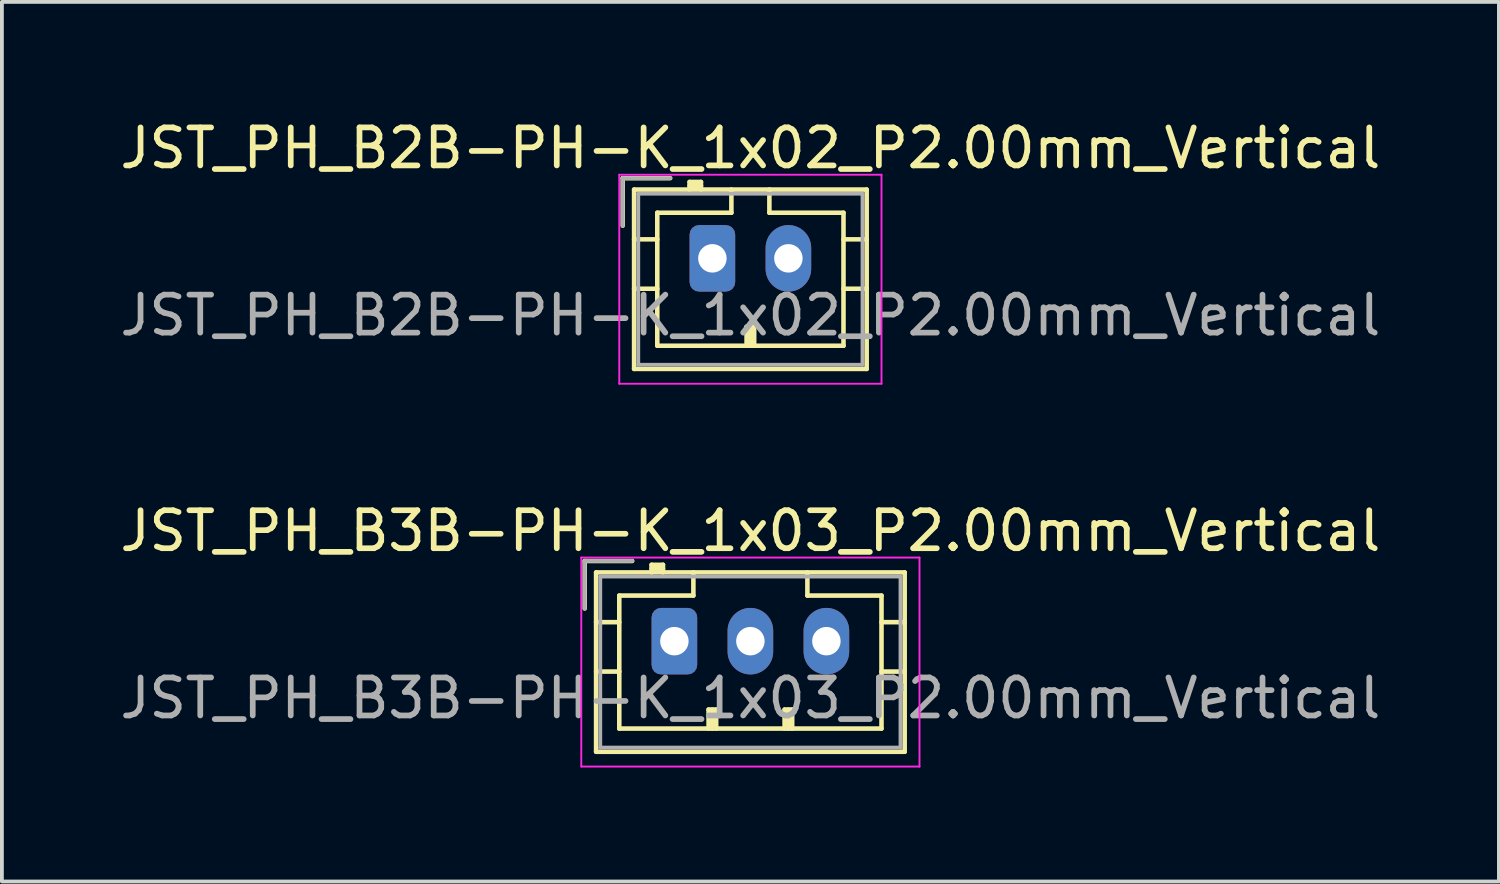
<source format=kicad_pcb>
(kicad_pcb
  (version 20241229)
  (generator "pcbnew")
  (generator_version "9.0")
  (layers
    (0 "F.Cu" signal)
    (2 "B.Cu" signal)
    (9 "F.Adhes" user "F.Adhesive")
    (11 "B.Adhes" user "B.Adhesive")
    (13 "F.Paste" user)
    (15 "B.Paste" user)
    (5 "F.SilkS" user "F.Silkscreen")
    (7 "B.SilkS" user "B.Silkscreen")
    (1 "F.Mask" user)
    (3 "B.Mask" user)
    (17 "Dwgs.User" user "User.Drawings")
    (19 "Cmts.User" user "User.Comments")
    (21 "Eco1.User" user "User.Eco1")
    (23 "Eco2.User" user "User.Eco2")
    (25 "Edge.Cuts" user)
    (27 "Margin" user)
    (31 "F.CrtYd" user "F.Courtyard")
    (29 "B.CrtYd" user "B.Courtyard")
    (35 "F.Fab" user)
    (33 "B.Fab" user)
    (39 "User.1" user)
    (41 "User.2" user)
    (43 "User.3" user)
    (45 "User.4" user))
  (footprint "JST_PH_B3B-PH-K_1x03_P2.00mm_Vertical"
    (layer "F.Cu")
    (at 14.696 13.822)
    (property "Reference" "JST_PH_B3B-PH-K_1x03_P2.00mm_Vertical" (at 2 -2.9 0) (layer "F.SilkS") (effects (font (size 1 1) (thickness 0.15))))
    (attr through_hole)
    (fp_line (start -2.36 -2.11) (end -2.36 -0.86) (stroke (width 0.12) (type solid)) (layer "F.SilkS"))
    (fp_line (start -2.06 -1.81) (end -2.06 2.91) (stroke (width 0.12) (type solid)) (layer "F.SilkS"))
    (fp_line (start -2.06 -0.5) (end -1.45 -0.5) (stroke (width 0.12) (type solid)) (layer "F.SilkS"))
    (fp_line (start -2.06 0.8) (end -1.45 0.8) (stroke (width 0.12) (type solid)) (layer "F.SilkS"))
    (fp_line (start -2.06 2.91) (end 6.06 2.91) (stroke (width 0.12) (type solid)) (layer "F.SilkS"))
    (fp_line (start -1.45 -1.2) (end -1.45 2.3) (stroke (width 0.12) (type solid)) (layer "F.SilkS"))
    (fp_line (start -1.45 2.3) (end 5.45 2.3) (stroke (width 0.12) (type solid)) (layer "F.SilkS"))
    (fp_line (start -1.11 -2.11) (end -2.36 -2.11) (stroke (width 0.12) (type solid)) (layer "F.SilkS"))
    (fp_line (start -0.6 -2.01) (end -0.6 -1.81) (stroke (width 0.12) (type solid)) (layer "F.SilkS"))
    (fp_line (start -0.3 -2.01) (end -0.6 -2.01) (stroke (width 0.12) (type solid)) (layer "F.SilkS"))
    (fp_line (start -0.3 -1.91) (end -0.6 -1.91) (stroke (width 0.12) (type solid)) (layer "F.SilkS"))
    (fp_line (start -0.3 -1.81) (end -0.3 -2.01) (stroke (width 0.12) (type solid)) (layer "F.SilkS"))
    (fp_line (start 0.5 -1.81) (end 0.5 -1.2) (stroke (width 0.12) (type solid)) (layer "F.SilkS"))
    (fp_line (start 0.5 -1.2) (end -1.45 -1.2) (stroke (width 0.12) (type solid)) (layer "F.SilkS"))
    (fp_line (start 0.9 1.8) (end 1.1 1.8) (stroke (width 0.12) (type solid)) (layer "F.SilkS"))
    (fp_line (start 0.9 2.3) (end 0.9 1.8) (stroke (width 0.12) (type solid)) (layer "F.SilkS"))
    (fp_line (start 1 2.3) (end 1 1.8) (stroke (width 0.12) (type solid)) (layer "F.SilkS"))
    (fp_line (start 1.1 1.8) (end 1.1 2.3) (stroke (width 0.12) (type solid)) (layer "F.SilkS"))
    (fp_line (start 2.9 1.8) (end 3.1 1.8) (stroke (width 0.12) (type solid)) (layer "F.SilkS"))
    (fp_line (start 2.9 2.3) (end 2.9 1.8) (stroke (width 0.12) (type solid)) (layer "F.SilkS"))
    (fp_line (start 3 2.3) (end 3 1.8) (stroke (width 0.12) (type solid)) (layer "F.SilkS"))
    (fp_line (start 3.1 1.8) (end 3.1 2.3) (stroke (width 0.12) (type solid)) (layer "F.SilkS"))
    (fp_line (start 3.5 -1.2) (end 3.5 -1.81) (stroke (width 0.12) (type solid)) (layer "F.SilkS"))
    (fp_line (start 5.45 -1.2) (end 3.5 -1.2) (stroke (width 0.12) (type solid)) (layer "F.SilkS"))
    (fp_line (start 5.45 2.3) (end 5.45 -1.2) (stroke (width 0.12) (type solid)) (layer "F.SilkS"))
    (fp_line (start 6.06 -1.81) (end -2.06 -1.81) (stroke (width 0.12) (type solid)) (layer "F.SilkS"))
    (fp_line (start 6.06 -0.5) (end 5.45 -0.5) (stroke (width 0.12) (type solid)) (layer "F.SilkS"))
    (fp_line (start 6.06 0.8) (end 5.45 0.8) (stroke (width 0.12) (type solid)) (layer "F.SilkS"))
    (fp_line (start 6.06 2.91) (end 6.06 -1.81) (stroke (width 0.12) (type solid)) (layer "F.SilkS"))
    (fp_line (start -2.45 -2.2) (end -2.45 3.3) (stroke (width 0.05) (type solid)) (layer "F.CrtYd"))
    (fp_line (start -2.45 3.3) (end 6.45 3.3) (stroke (width 0.05) (type solid)) (layer "F.CrtYd"))
    (fp_line (start 6.45 -2.2) (end -2.45 -2.2) (stroke (width 0.05) (type solid)) (layer "F.CrtYd"))
    (fp_line (start 6.45 3.3) (end 6.45 -2.2) (stroke (width 0.05) (type solid)) (layer "F.CrtYd"))
    (fp_line (start -2.36 -2.11) (end -2.36 -0.86) (stroke (width 0.1) (type solid)) (layer "F.Fab"))
    (fp_line (start -1.95 -1.7) (end -1.95 2.8) (stroke (width 0.1) (type solid)) (layer "F.Fab"))
    (fp_line (start -1.95 2.8) (end 5.95 2.8) (stroke (width 0.1) (type solid)) (layer "F.Fab"))
    (fp_line (start -1.11 -2.11) (end -2.36 -2.11) (stroke (width 0.1) (type solid)) (layer "F.Fab"))
    (fp_line (start 5.95 -1.7) (end -1.95 -1.7) (stroke (width 0.1) (type solid)) (layer "F.Fab"))
    (fp_line (start 5.95 2.8) (end 5.95 -1.7) (stroke (width 0.1) (type solid)) (layer "F.Fab"))
    (fp_text user "${REFERENCE}" (at 2 1.5 0) (layer "F.Fab") (effects (font (size 1 1) (thickness 0.15))))
    (pad "1" thru_hole roundrect (at 0 0) (size 1.2 1.75) (drill 0.75) (layers "*.Cu" "*.Mask") (roundrect_rratio 0.208))
    (pad "2" thru_hole oval (at 2 0) (size 1.2 1.75) (drill 0.75) (layers "*.Cu" "*.Mask"))
    (pad "3" thru_hole oval (at 4 0) (size 1.2 1.75) (drill 0.75) (layers "*.Cu" "*.Mask")))
  (footprint "JST_PH_B2B-PH-K_1x02_P2.00mm_Vertical"
    (layer "F.Cu")
    (at 15.696 3.748)
    (property "Reference" "JST_PH_B2B-PH-K_1x02_P2.00mm_Vertical" (at 1 -2.9 0) (layer "F.SilkS") (effects (font (size 1 1) (thickness 0.15))))
    (attr through_hole)
    (fp_line (start -2.36 -2.11) (end -2.36 -0.86) (stroke (width 0.12) (type solid)) (layer "F.SilkS"))
    (fp_line (start -2.06 -1.81) (end -2.06 2.91) (stroke (width 0.12) (type solid)) (layer "F.SilkS"))
    (fp_line (start -2.06 -0.5) (end -1.45 -0.5) (stroke (width 0.12) (type solid)) (layer "F.SilkS"))
    (fp_line (start -2.06 0.8) (end -1.45 0.8) (stroke (width 0.12) (type solid)) (layer "F.SilkS"))
    (fp_line (start -2.06 2.91) (end 4.06 2.91) (stroke (width 0.12) (type solid)) (layer "F.SilkS"))
    (fp_line (start -1.45 -1.2) (end -1.45 2.3) (stroke (width 0.12) (type solid)) (layer "F.SilkS"))
    (fp_line (start -1.45 2.3) (end 3.45 2.3) (stroke (width 0.12) (type solid)) (layer "F.SilkS"))
    (fp_line (start -1.11 -2.11) (end -2.36 -2.11) (stroke (width 0.12) (type solid)) (layer "F.SilkS"))
    (fp_line (start -0.6 -2.01) (end -0.6 -1.81) (stroke (width 0.12) (type solid)) (layer "F.SilkS"))
    (fp_line (start -0.3 -2.01) (end -0.6 -2.01) (stroke (width 0.12) (type solid)) (layer "F.SilkS"))
    (fp_line (start -0.3 -1.91) (end -0.6 -1.91) (stroke (width 0.12) (type solid)) (layer "F.SilkS"))
    (fp_line (start -0.3 -1.81) (end -0.3 -2.01) (stroke (width 0.12) (type solid)) (layer "F.SilkS"))
    (fp_line (start 0.5 -1.81) (end 0.5 -1.2) (stroke (width 0.12) (type solid)) (layer "F.SilkS"))
    (fp_line (start 0.5 -1.2) (end -1.45 -1.2) (stroke (width 0.12) (type solid)) (layer "F.SilkS"))
    (fp_line (start 0.9 1.8) (end 1.1 1.8) (stroke (width 0.12) (type solid)) (layer "F.SilkS"))
    (fp_line (start 0.9 2.3) (end 0.9 1.8) (stroke (width 0.12) (type solid)) (layer "F.SilkS"))
    (fp_line (start 1 2.3) (end 1 1.8) (stroke (width 0.12) (type solid)) (layer "F.SilkS"))
    (fp_line (start 1.1 1.8) (end 1.1 2.3) (stroke (width 0.12) (type solid)) (layer "F.SilkS"))
    (fp_line (start 1.5 -1.2) (end 1.5 -1.81) (stroke (width 0.12) (type solid)) (layer "F.SilkS"))
    (fp_line (start 3.45 -1.2) (end 1.5 -1.2) (stroke (width 0.12) (type solid)) (layer "F.SilkS"))
    (fp_line (start 3.45 2.3) (end 3.45 -1.2) (stroke (width 0.12) (type solid)) (layer "F.SilkS"))
    (fp_line (start 4.06 -1.81) (end -2.06 -1.81) (stroke (width 0.12) (type solid)) (layer "F.SilkS"))
    (fp_line (start 4.06 -0.5) (end 3.45 -0.5) (stroke (width 0.12) (type solid)) (layer "F.SilkS"))
    (fp_line (start 4.06 0.8) (end 3.45 0.8) (stroke (width 0.12) (type solid)) (layer "F.SilkS"))
    (fp_line (start 4.06 2.91) (end 4.06 -1.81) (stroke (width 0.12) (type solid)) (layer "F.SilkS"))
    (fp_line (start -2.45 -2.2) (end -2.45 3.3) (stroke (width 0.05) (type solid)) (layer "F.CrtYd"))
    (fp_line (start -2.45 3.3) (end 4.45 3.3) (stroke (width 0.05) (type solid)) (layer "F.CrtYd"))
    (fp_line (start 4.45 -2.2) (end -2.45 -2.2) (stroke (width 0.05) (type solid)) (layer "F.CrtYd"))
    (fp_line (start 4.45 3.3) (end 4.45 -2.2) (stroke (width 0.05) (type solid)) (layer "F.CrtYd"))
    (fp_line (start -2.36 -2.11) (end -2.36 -0.86) (stroke (width 0.1) (type solid)) (layer "F.Fab"))
    (fp_line (start -1.95 -1.7) (end -1.95 2.8) (stroke (width 0.1) (type solid)) (layer "F.Fab"))
    (fp_line (start -1.95 2.8) (end 3.95 2.8) (stroke (width 0.1) (type solid)) (layer "F.Fab"))
    (fp_line (start -1.11 -2.11) (end -2.36 -2.11) (stroke (width 0.1) (type solid)) (layer "F.Fab"))
    (fp_line (start 3.95 -1.7) (end -1.95 -1.7) (stroke (width 0.1) (type solid)) (layer "F.Fab"))
    (fp_line (start 3.95 2.8) (end 3.95 -1.7) (stroke (width 0.1) (type solid)) (layer "F.Fab"))
    (fp_text user "${REFERENCE}" (at 1 1.5 0) (layer "F.Fab") (effects (font (size 1 1) (thickness 0.15))))
    (pad "1" thru_hole roundrect (at 0 0) (size 1.2 1.75) (drill 0.75) (layers "*.Cu" "*.Mask") (roundrect_rratio 0.208))
    (pad "2" thru_hole oval (at 2 0) (size 1.2 1.75) (drill 0.75) (layers "*.Cu" "*.Mask")))
  (gr_rect
    (start -3 -3)
    (end 36.393 20.146)
    (stroke (width 0.1) (type default))
    (fill no)
    (layer "Edge.Cuts")))
</source>
